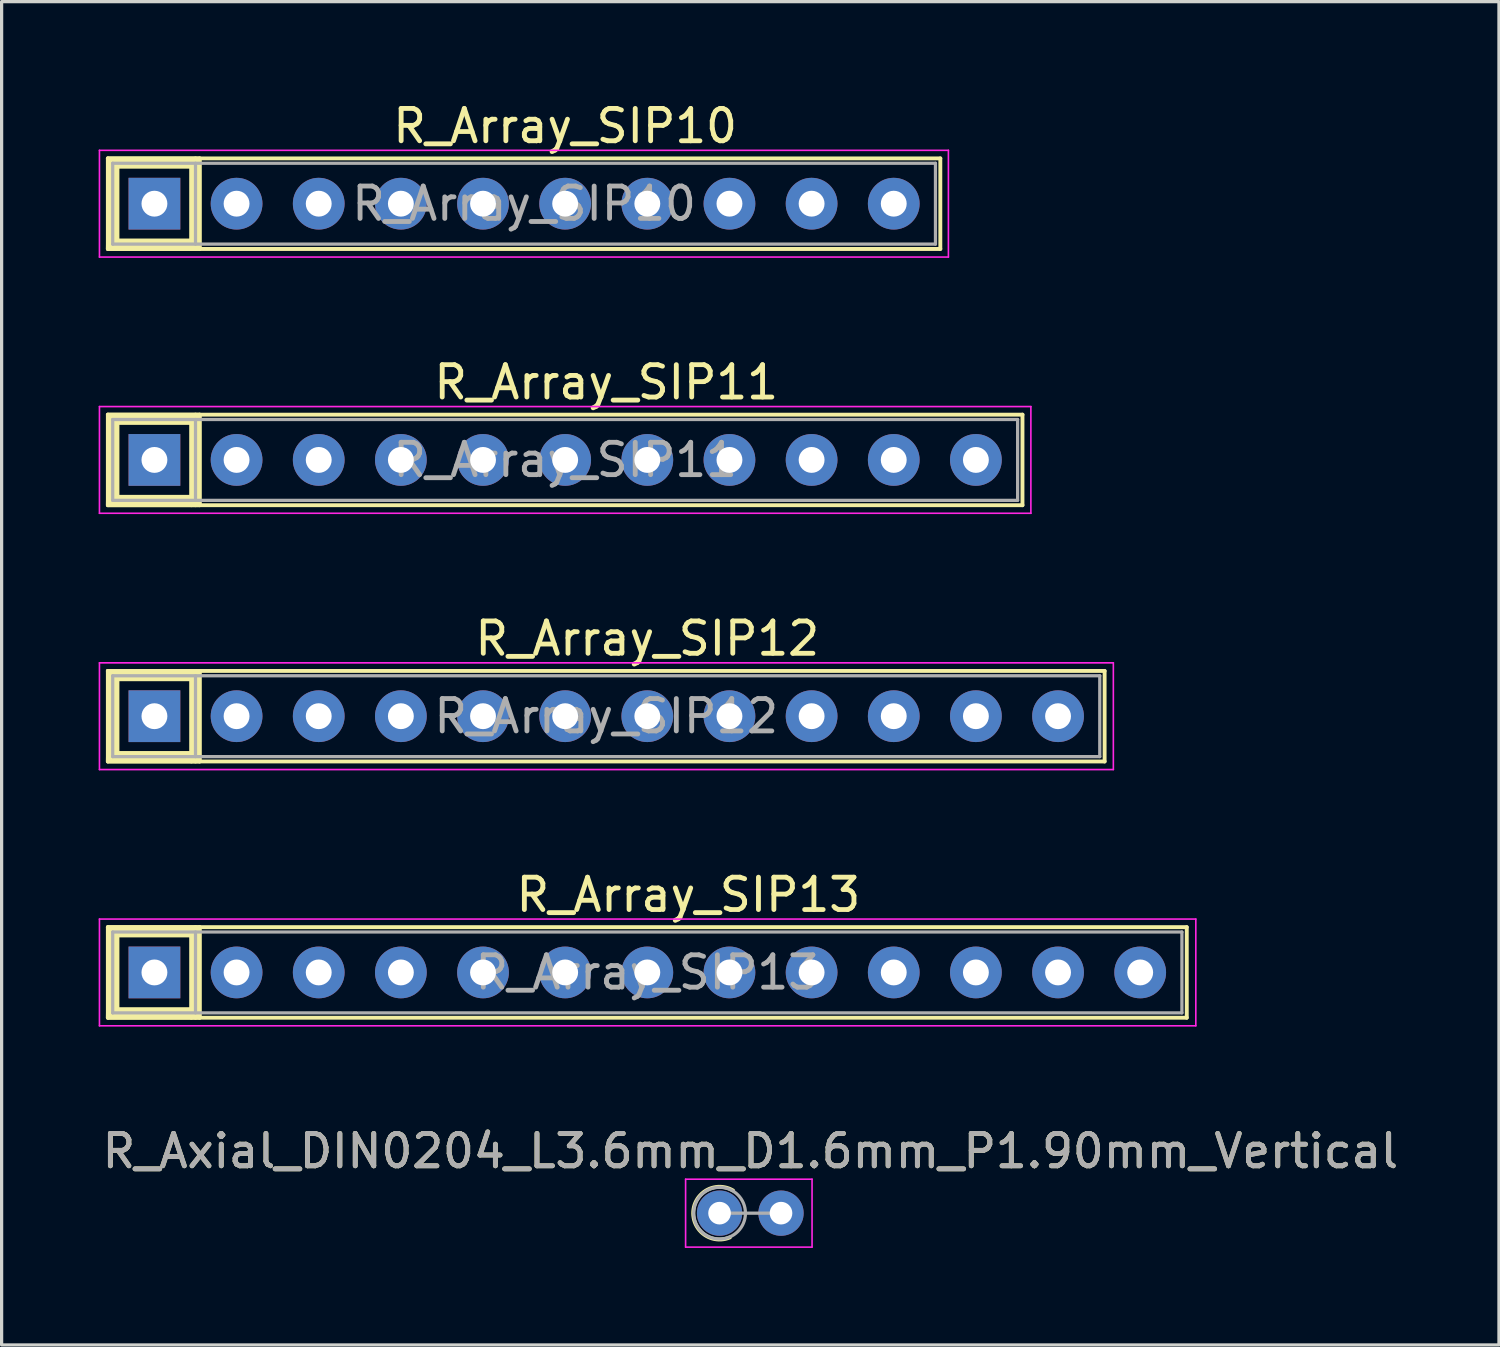
<source format=kicad_pcb>
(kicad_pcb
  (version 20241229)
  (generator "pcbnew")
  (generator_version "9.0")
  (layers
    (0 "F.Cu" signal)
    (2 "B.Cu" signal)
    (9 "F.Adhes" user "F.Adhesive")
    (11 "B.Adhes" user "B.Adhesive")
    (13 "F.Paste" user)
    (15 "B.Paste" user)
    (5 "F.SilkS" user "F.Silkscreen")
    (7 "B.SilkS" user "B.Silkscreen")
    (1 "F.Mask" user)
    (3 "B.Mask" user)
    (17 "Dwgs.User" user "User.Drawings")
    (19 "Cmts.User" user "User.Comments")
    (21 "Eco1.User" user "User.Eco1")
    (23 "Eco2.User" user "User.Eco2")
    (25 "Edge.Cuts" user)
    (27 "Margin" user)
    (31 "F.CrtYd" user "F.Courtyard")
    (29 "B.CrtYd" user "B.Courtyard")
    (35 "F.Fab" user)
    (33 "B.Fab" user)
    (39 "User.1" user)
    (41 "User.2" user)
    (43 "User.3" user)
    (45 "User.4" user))
  (footprint "R_Array_SIP12"
    (layer "F.Cu")
    (at 1.725 19.095)
    (property "Reference" "R_Array_SIP12" (at 15.24 -2.4 0) (layer "F.SilkS") (effects (font (size 1 1) (thickness 0.15))))
    (attr through_hole)
    (fp_line (start -1.44 -1.4) (end -1.44 1.4) (stroke (width 0.12) (type solid)) (layer "F.SilkS"))
    (fp_line (start -1.44 1.4) (end 29.38 1.4) (stroke (width 0.12) (type solid)) (layer "F.SilkS"))
    (fp_line (start 1.143 -1.143) (end 1.143 1.143) (stroke (width 0.12) (type solid)) (layer "F.SilkS"))
    (fp_line (start 1.143 1.143) (end -1.143 1.143) (stroke (width 0.12) (type solid)) (layer "F.SilkS"))
    (fp_line (start 1.27 -1.4) (end 1.27 1.4) (stroke (width 0.12) (type solid)) (layer "F.SilkS"))
    (fp_line (start 1.397 -1.4) (end 1.397 1.4) (stroke (width 0.12) (type solid)) (layer "F.SilkS"))
    (fp_line (start 29.38 -1.4) (end -1.44 -1.4) (stroke (width 0.12) (type solid)) (layer "F.SilkS"))
    (fp_line (start 29.38 1.4) (end 29.38 -1.4) (stroke (width 0.12) (type solid)) (layer "F.SilkS"))
    (fp_poly (pts (xy -1.143 1.143) (xy 1.143 1.143) (xy 1.143 1.4) (xy -1.44 1.4) (xy -1.397 -1.143) (xy -1.143 -1.143)) (stroke (width 0.12) (type solid)) (fill yes) (layer "F.SilkS"))
    (fp_poly (pts (xy 1.397 1.4) (xy 1.143 1.4) (xy 1.143 -1.143) (xy -1.397 -1.143) (xy -1.44 -1.4) (xy 1.397 -1.4)) (stroke (width 0.12) (type solid)) (fill yes) (layer "F.SilkS"))
    (fp_line (start -1.7 -1.65) (end -1.7 1.65) (stroke (width 0.05) (type solid)) (layer "F.CrtYd"))
    (fp_line (start -1.7 1.65) (end 29.65 1.65) (stroke (width 0.05) (type solid)) (layer "F.CrtYd"))
    (fp_line (start 29.65 -1.65) (end -1.7 -1.65) (stroke (width 0.05) (type solid)) (layer "F.CrtYd"))
    (fp_line (start 29.65 1.65) (end 29.65 -1.65) (stroke (width 0.05) (type solid)) (layer "F.CrtYd"))
    (fp_line (start -1.29 -1.25) (end -1.29 1.25) (stroke (width 0.1) (type solid)) (layer "F.Fab"))
    (fp_line (start -1.29 1.25) (end 29.23 1.25) (stroke (width 0.1) (type solid)) (layer "F.Fab"))
    (fp_line (start 1.27 -1.25) (end 1.27 1.25) (stroke (width 0.1) (type solid)) (layer "F.Fab"))
    (fp_line (start 29.23 -1.25) (end -1.29 -1.25) (stroke (width 0.1) (type solid)) (layer "F.Fab"))
    (fp_line (start 29.23 1.25) (end 29.23 -1.25) (stroke (width 0.1) (type solid)) (layer "F.Fab"))
    (fp_text user "${REFERENCE}" (at 13.97 0 0) (layer "F.Fab") (effects (font (size 1 1) (thickness 0.15))))
    (pad "1" thru_hole rect (at 0 0) (size 1.6 1.6) (drill 0.8) (layers "*.Cu" "*.Mask"))
    (pad "2" thru_hole oval (at 2.54 0) (size 1.6 1.6) (drill 0.8) (layers "*.Cu" "*.Mask"))
    (pad "3" thru_hole oval (at 5.08 0) (size 1.6 1.6) (drill 0.8) (layers "*.Cu" "*.Mask"))
    (pad "4" thru_hole oval (at 7.62 0) (size 1.6 1.6) (drill 0.8) (layers "*.Cu" "*.Mask"))
    (pad "5" thru_hole oval (at 10.16 0) (size 1.6 1.6) (drill 0.8) (layers "*.Cu" "*.Mask"))
    (pad "6" thru_hole oval (at 12.7 0) (size 1.6 1.6) (drill 0.8) (layers "*.Cu" "*.Mask"))
    (pad "7" thru_hole oval (at 15.24 0) (size 1.6 1.6) (drill 0.8) (layers "*.Cu" "*.Mask"))
    (pad "8" thru_hole oval (at 17.78 0) (size 1.6 1.6) (drill 0.8) (layers "*.Cu" "*.Mask"))
    (pad "9" thru_hole oval (at 20.32 0) (size 1.6 1.6) (drill 0.8) (layers "*.Cu" "*.Mask"))
    (pad "10" thru_hole oval (at 22.86 0) (size 1.6 1.6) (drill 0.8) (layers "*.Cu" "*.Mask"))
    (pad "11" thru_hole oval (at 25.4 0) (size 1.6 1.6) (drill 0.8) (layers "*.Cu" "*.Mask"))
    (pad "12" thru_hole oval (at 27.94 0) (size 1.6 1.6) (drill 0.8) (layers "*.Cu" "*.Mask")))
  (footprint "R_Axial_DIN0204_L3.6mm_D1.6mm_P1.90mm_Vertical"
    (layer "F.Cu")
    (at 19.199 34.461)
    (property "Reference" "R_Axial_DIN0204_L3.6mm_D1.6mm_P1.90mm_Vertical" (at 0.95 -1.92 0) (layer "F.SilkS") (effects (font (size 1 1) (thickness 0.15))))
    (attr through_hole)
    (fp_arc (start 0.320095 0.749359) (mid -0.813042 -0.054435) (end 0.417133 -0.7) (stroke (width 0.12) (type solid)) (layer "F.SilkS"))
    (fp_line (start -1.05 -1.05) (end -1.05 1.05) (stroke (width 0.05) (type solid)) (layer "F.CrtYd"))
    (fp_line (start -1.05 1.05) (end 2.86 1.05) (stroke (width 0.05) (type solid)) (layer "F.CrtYd"))
    (fp_line (start 2.86 -1.05) (end -1.05 -1.05) (stroke (width 0.05) (type solid)) (layer "F.CrtYd"))
    (fp_line (start 2.86 1.05) (end 2.86 -1.05) (stroke (width 0.05) (type solid)) (layer "F.CrtYd"))
    (fp_line (start 0 0) (end 1.9 0) (stroke (width 0.1) (type solid)) (layer "F.Fab"))
    (fp_circle (center 0 0) (end 0.8 0) (stroke (width 0.1) (type solid)) (fill no) (layer "F.Fab"))
    (fp_text user "${REFERENCE}" (at 0.95 -1.92 0) (layer "F.Fab") (effects (font (size 1 1) (thickness 0.15))))
    (pad "1" thru_hole circle (at 0 0) (size 1.4 1.4) (drill 0.7) (layers "*.Cu" "*.Mask"))
    (pad "2" thru_hole oval (at 1.9 0) (size 1.4 1.4) (drill 0.7) (layers "*.Cu" "*.Mask")))
  (footprint "R_Array_SIP11"
    (layer "F.Cu")
    (at 1.725 11.171)
    (property "Reference" "R_Array_SIP11" (at 13.97 -2.4 0) (layer "F.SilkS") (effects (font (size 1 1) (thickness 0.15))))
    (attr through_hole)
    (fp_line (start -1.44 -1.4) (end -1.44 1.4) (stroke (width 0.12) (type solid)) (layer "F.SilkS"))
    (fp_line (start -1.44 1.4) (end 26.84 1.4) (stroke (width 0.12) (type solid)) (layer "F.SilkS"))
    (fp_line (start 1.143 -1.143) (end 1.143 1.143) (stroke (width 0.12) (type solid)) (layer "F.SilkS"))
    (fp_line (start 1.143 1.143) (end -1.143 1.143) (stroke (width 0.12) (type solid)) (layer "F.SilkS"))
    (fp_line (start 1.27 -1.4) (end 1.27 1.4) (stroke (width 0.12) (type solid)) (layer "F.SilkS"))
    (fp_line (start 1.397 -1.4) (end 1.397 1.4) (stroke (width 0.12) (type solid)) (layer "F.SilkS"))
    (fp_line (start 26.84 -1.4) (end -1.44 -1.4) (stroke (width 0.12) (type solid)) (layer "F.SilkS"))
    (fp_line (start 26.84 1.4) (end 26.84 -1.4) (stroke (width 0.12) (type solid)) (layer "F.SilkS"))
    (fp_poly (pts (xy -1.143 1.143) (xy 1.143 1.143) (xy 1.143 1.4) (xy -1.44 1.4) (xy -1.397 -1.143) (xy -1.143 -1.143)) (stroke (width 0.12) (type solid)) (fill yes) (layer "F.SilkS"))
    (fp_poly (pts (xy 1.397 1.4) (xy 1.143 1.4) (xy 1.143 -1.143) (xy -1.397 -1.143) (xy -1.44 -1.4) (xy 1.397 -1.4)) (stroke (width 0.12) (type solid)) (fill yes) (layer "F.SilkS"))
    (fp_line (start -1.7 -1.65) (end -1.7 1.65) (stroke (width 0.05) (type solid)) (layer "F.CrtYd"))
    (fp_line (start -1.7 1.65) (end 27.1 1.65) (stroke (width 0.05) (type solid)) (layer "F.CrtYd"))
    (fp_line (start 27.1 -1.65) (end -1.7 -1.65) (stroke (width 0.05) (type solid)) (layer "F.CrtYd"))
    (fp_line (start 27.1 1.65) (end 27.1 -1.65) (stroke (width 0.05) (type solid)) (layer "F.CrtYd"))
    (fp_line (start -1.29 -1.25) (end -1.29 1.25) (stroke (width 0.1) (type solid)) (layer "F.Fab"))
    (fp_line (start -1.29 1.25) (end 26.69 1.25) (stroke (width 0.1) (type solid)) (layer "F.Fab"))
    (fp_line (start 1.27 -1.25) (end 1.27 1.25) (stroke (width 0.1) (type solid)) (layer "F.Fab"))
    (fp_line (start 26.69 -1.25) (end -1.29 -1.25) (stroke (width 0.1) (type solid)) (layer "F.Fab"))
    (fp_line (start 26.69 1.25) (end 26.69 -1.25) (stroke (width 0.1) (type solid)) (layer "F.Fab"))
    (fp_text user "${REFERENCE}" (at 12.7 0 0) (layer "F.Fab") (effects (font (size 1 1) (thickness 0.15))))
    (pad "1" thru_hole rect (at 0 0) (size 1.6 1.6) (drill 0.8) (layers "*.Cu" "*.Mask"))
    (pad "2" thru_hole oval (at 2.54 0) (size 1.6 1.6) (drill 0.8) (layers "*.Cu" "*.Mask"))
    (pad "3" thru_hole oval (at 5.08 0) (size 1.6 1.6) (drill 0.8) (layers "*.Cu" "*.Mask"))
    (pad "4" thru_hole oval (at 7.62 0) (size 1.6 1.6) (drill 0.8) (layers "*.Cu" "*.Mask"))
    (pad "5" thru_hole oval (at 10.16 0) (size 1.6 1.6) (drill 0.8) (layers "*.Cu" "*.Mask"))
    (pad "6" thru_hole oval (at 12.7 0) (size 1.6 1.6) (drill 0.8) (layers "*.Cu" "*.Mask"))
    (pad "7" thru_hole oval (at 15.24 0) (size 1.6 1.6) (drill 0.8) (layers "*.Cu" "*.Mask"))
    (pad "8" thru_hole oval (at 17.78 0) (size 1.6 1.6) (drill 0.8) (layers "*.Cu" "*.Mask"))
    (pad "9" thru_hole oval (at 20.32 0) (size 1.6 1.6) (drill 0.8) (layers "*.Cu" "*.Mask"))
    (pad "10" thru_hole oval (at 22.86 0) (size 1.6 1.6) (drill 0.8) (layers "*.Cu" "*.Mask"))
    (pad "11" thru_hole oval (at 25.4 0) (size 1.6 1.6) (drill 0.8) (layers "*.Cu" "*.Mask")))
  (footprint "R_Array_SIP13"
    (layer "F.Cu")
    (at 1.725 27.018)
    (property "Reference" "R_Array_SIP13" (at 16.51 -2.4 0) (layer "F.SilkS") (effects (font (size 1 1) (thickness 0.15))))
    (attr through_hole)
    (fp_line (start -1.44 -1.4) (end -1.44 1.4) (stroke (width 0.12) (type solid)) (layer "F.SilkS"))
    (fp_line (start -1.44 1.4) (end 31.92 1.4) (stroke (width 0.12) (type solid)) (layer "F.SilkS"))
    (fp_line (start 1.143 -1.143) (end 1.143 1.143) (stroke (width 0.12) (type solid)) (layer "F.SilkS"))
    (fp_line (start 1.143 1.143) (end -1.143 1.143) (stroke (width 0.12) (type solid)) (layer "F.SilkS"))
    (fp_line (start 1.27 -1.4) (end 1.27 1.4) (stroke (width 0.12) (type solid)) (layer "F.SilkS"))
    (fp_line (start 1.397 -1.4) (end 1.397 1.4) (stroke (width 0.12) (type solid)) (layer "F.SilkS"))
    (fp_line (start 31.92 -1.4) (end -1.44 -1.4) (stroke (width 0.12) (type solid)) (layer "F.SilkS"))
    (fp_line (start 31.92 1.4) (end 31.92 -1.4) (stroke (width 0.12) (type solid)) (layer "F.SilkS"))
    (fp_poly (pts (xy -1.143 1.143) (xy 1.143 1.143) (xy 1.143 1.4) (xy -1.44 1.4) (xy -1.397 -1.143) (xy -1.143 -1.143)) (stroke (width 0.12) (type solid)) (fill yes) (layer "F.SilkS"))
    (fp_poly (pts (xy 1.397 1.4) (xy 1.143 1.4) (xy 1.143 -1.143) (xy -1.397 -1.143) (xy -1.44 -1.4) (xy 1.397 -1.4)) (stroke (width 0.12) (type solid)) (fill yes) (layer "F.SilkS"))
    (fp_line (start -1.7 -1.65) (end -1.7 1.65) (stroke (width 0.05) (type solid)) (layer "F.CrtYd"))
    (fp_line (start -1.7 1.65) (end 32.2 1.65) (stroke (width 0.05) (type solid)) (layer "F.CrtYd"))
    (fp_line (start 32.2 -1.65) (end -1.7 -1.65) (stroke (width 0.05) (type solid)) (layer "F.CrtYd"))
    (fp_line (start 32.2 1.65) (end 32.2 -1.65) (stroke (width 0.05) (type solid)) (layer "F.CrtYd"))
    (fp_line (start -1.29 -1.25) (end -1.29 1.25) (stroke (width 0.1) (type solid)) (layer "F.Fab"))
    (fp_line (start -1.29 1.25) (end 31.77 1.25) (stroke (width 0.1) (type solid)) (layer "F.Fab"))
    (fp_line (start 1.27 -1.25) (end 1.27 1.25) (stroke (width 0.1) (type solid)) (layer "F.Fab"))
    (fp_line (start 31.77 -1.25) (end -1.29 -1.25) (stroke (width 0.1) (type solid)) (layer "F.Fab"))
    (fp_line (start 31.77 1.25) (end 31.77 -1.25) (stroke (width 0.1) (type solid)) (layer "F.Fab"))
    (fp_text user "${REFERENCE}" (at 15.24 0 0) (layer "F.Fab") (effects (font (size 1 1) (thickness 0.15))))
    (pad "1" thru_hole rect (at 0 0) (size 1.6 1.6) (drill 0.8) (layers "*.Cu" "*.Mask"))
    (pad "2" thru_hole oval (at 2.54 0) (size 1.6 1.6) (drill 0.8) (layers "*.Cu" "*.Mask"))
    (pad "3" thru_hole oval (at 5.08 0) (size 1.6 1.6) (drill 0.8) (layers "*.Cu" "*.Mask"))
    (pad "4" thru_hole oval (at 7.62 0) (size 1.6 1.6) (drill 0.8) (layers "*.Cu" "*.Mask"))
    (pad "5" thru_hole oval (at 10.16 0) (size 1.6 1.6) (drill 0.8) (layers "*.Cu" "*.Mask"))
    (pad "6" thru_hole oval (at 12.7 0) (size 1.6 1.6) (drill 0.8) (layers "*.Cu" "*.Mask"))
    (pad "7" thru_hole oval (at 15.24 0) (size 1.6 1.6) (drill 0.8) (layers "*.Cu" "*.Mask"))
    (pad "8" thru_hole oval (at 17.78 0) (size 1.6 1.6) (drill 0.8) (layers "*.Cu" "*.Mask"))
    (pad "9" thru_hole oval (at 20.32 0) (size 1.6 1.6) (drill 0.8) (layers "*.Cu" "*.Mask"))
    (pad "10" thru_hole oval (at 22.86 0) (size 1.6 1.6) (drill 0.8) (layers "*.Cu" "*.Mask"))
    (pad "11" thru_hole oval (at 25.4 0) (size 1.6 1.6) (drill 0.8) (layers "*.Cu" "*.Mask"))
    (pad "12" thru_hole oval (at 27.94 0) (size 1.6 1.6) (drill 0.8) (layers "*.Cu" "*.Mask"))
    (pad "13" thru_hole oval (at 30.48 0) (size 1.6 1.6) (drill 0.8) (layers "*.Cu" "*.Mask")))
  (footprint "R_Array_SIP10"
    (layer "F.Cu")
    (at 1.725 3.248)
    (property "Reference" "R_Array_SIP10" (at 12.7 -2.4 0) (layer "F.SilkS") (effects (font (size 1 1) (thickness 0.15))))
    (attr through_hole)
    (fp_line (start -1.44 -1.4) (end -1.44 1.4) (stroke (width 0.12) (type solid)) (layer "F.SilkS"))
    (fp_line (start -1.44 1.4) (end 24.3 1.4) (stroke (width 0.12) (type solid)) (layer "F.SilkS"))
    (fp_line (start 1.143 -1.143) (end 1.143 1.143) (stroke (width 0.12) (type solid)) (layer "F.SilkS"))
    (fp_line (start 1.143 1.143) (end -1.143 1.143) (stroke (width 0.12) (type solid)) (layer "F.SilkS"))
    (fp_line (start 1.27 -1.4) (end 1.27 1.4) (stroke (width 0.12) (type solid)) (layer "F.SilkS"))
    (fp_line (start 1.397 -1.4) (end 1.397 1.4) (stroke (width 0.12) (type solid)) (layer "F.SilkS"))
    (fp_line (start 24.3 -1.4) (end -1.44 -1.4) (stroke (width 0.12) (type solid)) (layer "F.SilkS"))
    (fp_line (start 24.3 1.4) (end 24.3 -1.4) (stroke (width 0.12) (type solid)) (layer "F.SilkS"))
    (fp_poly (pts (xy -1.143 1.143) (xy 1.143 1.143) (xy 1.143 1.4) (xy -1.44 1.4) (xy -1.397 -1.143) (xy -1.143 -1.143)) (stroke (width 0.12) (type solid)) (fill yes) (layer "F.SilkS"))
    (fp_poly (pts (xy 1.397 1.4) (xy 1.143 1.4) (xy 1.143 -1.143) (xy -1.397 -1.143) (xy -1.44 -1.4) (xy 1.397 -1.4)) (stroke (width 0.12) (type solid)) (fill yes) (layer "F.SilkS"))
    (fp_line (start -1.7 -1.65) (end -1.7 1.65) (stroke (width 0.05) (type solid)) (layer "F.CrtYd"))
    (fp_line (start -1.7 1.65) (end 24.55 1.65) (stroke (width 0.05) (type solid)) (layer "F.CrtYd"))
    (fp_line (start 24.55 -1.65) (end -1.7 -1.65) (stroke (width 0.05) (type solid)) (layer "F.CrtYd"))
    (fp_line (start 24.55 1.65) (end 24.55 -1.65) (stroke (width 0.05) (type solid)) (layer "F.CrtYd"))
    (fp_line (start -1.29 -1.25) (end -1.29 1.25) (stroke (width 0.1) (type solid)) (layer "F.Fab"))
    (fp_line (start -1.29 1.25) (end 24.15 1.25) (stroke (width 0.1) (type solid)) (layer "F.Fab"))
    (fp_line (start 1.27 -1.25) (end 1.27 1.25) (stroke (width 0.1) (type solid)) (layer "F.Fab"))
    (fp_line (start 24.15 -1.25) (end -1.29 -1.25) (stroke (width 0.1) (type solid)) (layer "F.Fab"))
    (fp_line (start 24.15 1.25) (end 24.15 -1.25) (stroke (width 0.1) (type solid)) (layer "F.Fab"))
    (fp_text user "${REFERENCE}" (at 11.43 0 0) (layer "F.Fab") (effects (font (size 1 1) (thickness 0.15))))
    (pad "1" thru_hole rect (at 0 0) (size 1.6 1.6) (drill 0.8) (layers "*.Cu" "*.Mask"))
    (pad "2" thru_hole oval (at 2.54 0) (size 1.6 1.6) (drill 0.8) (layers "*.Cu" "*.Mask"))
    (pad "3" thru_hole oval (at 5.08 0) (size 1.6 1.6) (drill 0.8) (layers "*.Cu" "*.Mask"))
    (pad "4" thru_hole oval (at 7.62 0) (size 1.6 1.6) (drill 0.8) (layers "*.Cu" "*.Mask"))
    (pad "5" thru_hole oval (at 10.16 0) (size 1.6 1.6) (drill 0.8) (layers "*.Cu" "*.Mask"))
    (pad "6" thru_hole oval (at 12.7 0) (size 1.6 1.6) (drill 0.8) (layers "*.Cu" "*.Mask"))
    (pad "7" thru_hole oval (at 15.24 0) (size 1.6 1.6) (drill 0.8) (layers "*.Cu" "*.Mask"))
    (pad "8" thru_hole oval (at 17.78 0) (size 1.6 1.6) (drill 0.8) (layers "*.Cu" "*.Mask"))
    (pad "9" thru_hole oval (at 20.32 0) (size 1.6 1.6) (drill 0.8) (layers "*.Cu" "*.Mask"))
    (pad "10" thru_hole oval (at 22.86 0) (size 1.6 1.6) (drill 0.8) (layers "*.Cu" "*.Mask")))
  (gr_rect
    (start -3 -3)
    (end 43.298 38.536)
    (stroke (width 0.1) (type default))
    (fill no)
    (layer "Edge.Cuts")))
</source>
